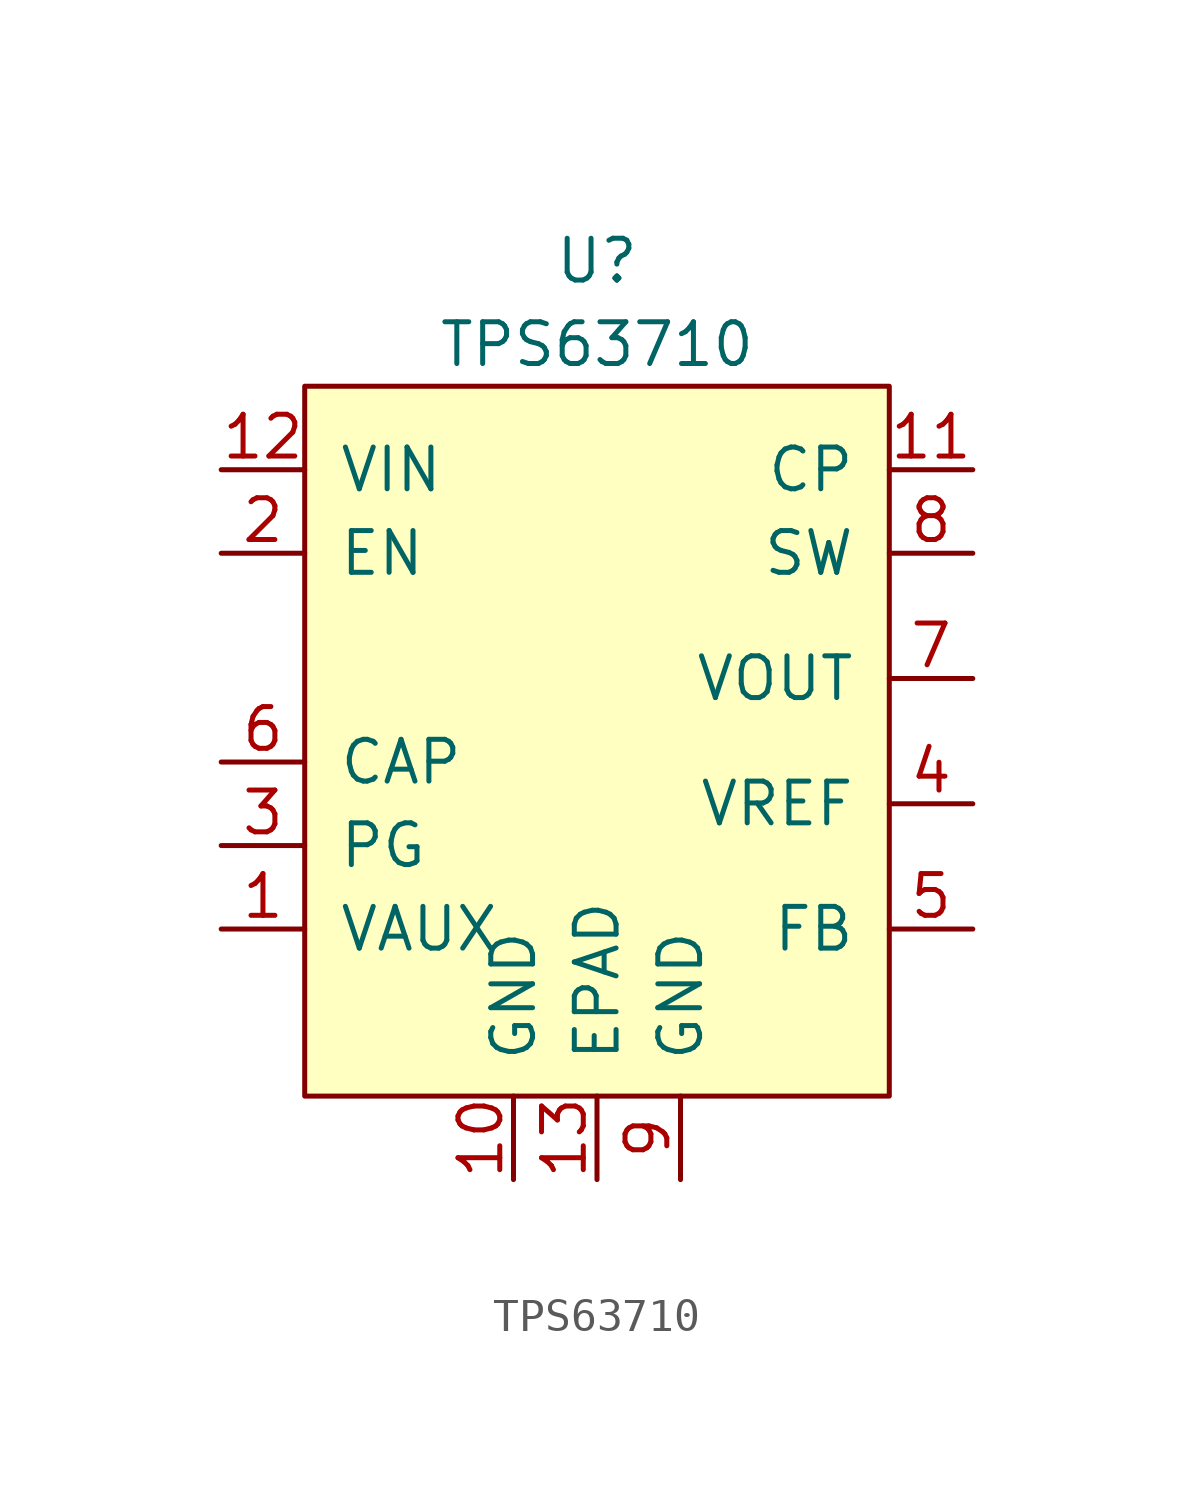
<source format=kicad_sym>
(kicad_symbol_lib
  (version 20220914)
  (generator kicad_symbol_editor)
  (symbol "TPS63710"
    (pin_names
      (offset 1.016))
    (property "Reference" "U"
      (at 0 13.97 0)
      (effects (font (size 1.27 1.27))))
    (property "Value" "TPS63710"
      (at 0 11.43 0)
      (effects (font (size 1.27 1.27))))
    (symbol "TPS63710_0_1"
      (rectangle (start -8.89 10.16) (end 8.89 -11.43) (stroke (width 0) (type solid)) (fill (type background))))
    (symbol "TPS63710_1_1"
      (pin power_out line (at -11.43 -6.35 0) (length 2.54) (name "VAUX" (effects (font (size 1.27 1.27)))) (number "1" (effects (font (size 1.27 1.27)))))
      (pin power_in line (at -2.54 -13.97 90) (length 2.54) (name "GND" (effects (font (size 1.27 1.27)))) (number "10" (effects (font (size 1.27 1.27)))))
      (pin power_out line (at 11.43 7.62 180) (length 2.54) (name "CP" (effects (font (size 1.27 1.27)))) (number "11" (effects (font (size 1.27 1.27)))))
      (pin power_in line (at -11.43 7.62 0) (length 2.54) (name "VIN" (effects (font (size 1.27 1.27)))) (number "12" (effects (font (size 1.27 1.27)))))
      (pin power_out line (at 0 -13.97 90) (length 2.54) (name "EPAD" (effects (font (size 1.27 1.27)))) (number "13" (effects (font (size 1.27 1.27)))))
      (pin input line (at -11.43 5.08 0) (length 2.54) (name "EN" (effects (font (size 1.27 1.27)))) (number "2" (effects (font (size 1.27 1.27)))))
      (pin power_out line (at -11.43 -3.81 0) (length 2.54) (name "PG" (effects (font (size 1.27 1.27)))) (number "3" (effects (font (size 1.27 1.27)))))
      (pin power_out line (at 11.43 -2.54 180) (length 2.54) (name "VREF" (effects (font (size 1.27 1.27)))) (number "4" (effects (font (size 1.27 1.27)))))
      (pin power_in line (at 11.43 -6.35 180) (length 2.54) (name "FB" (effects (font (size 1.27 1.27)))) (number "5" (effects (font (size 1.27 1.27)))))
      (pin power_out line (at -11.43 -1.27 0) (length 2.54) (name "CAP" (effects (font (size 1.27 1.27)))) (number "6" (effects (font (size 1.27 1.27)))))
      (pin power_in line (at 11.43 1.27 180) (length 2.54) (name "VOUT" (effects (font (size 1.27 1.27)))) (number "7" (effects (font (size 1.27 1.27)))))
      (pin power_out line (at 11.43 5.08 180) (length 2.54) (name "SW" (effects (font (size 1.27 1.27)))) (number "8" (effects (font (size 1.27 1.27)))))
      (pin power_in line (at 2.54 -13.97 90) (length 2.54) (name "GND" (effects (font (size 1.27 1.27)))) (number "9" (effects (font (size 1.27 1.27))))))))
</source>
